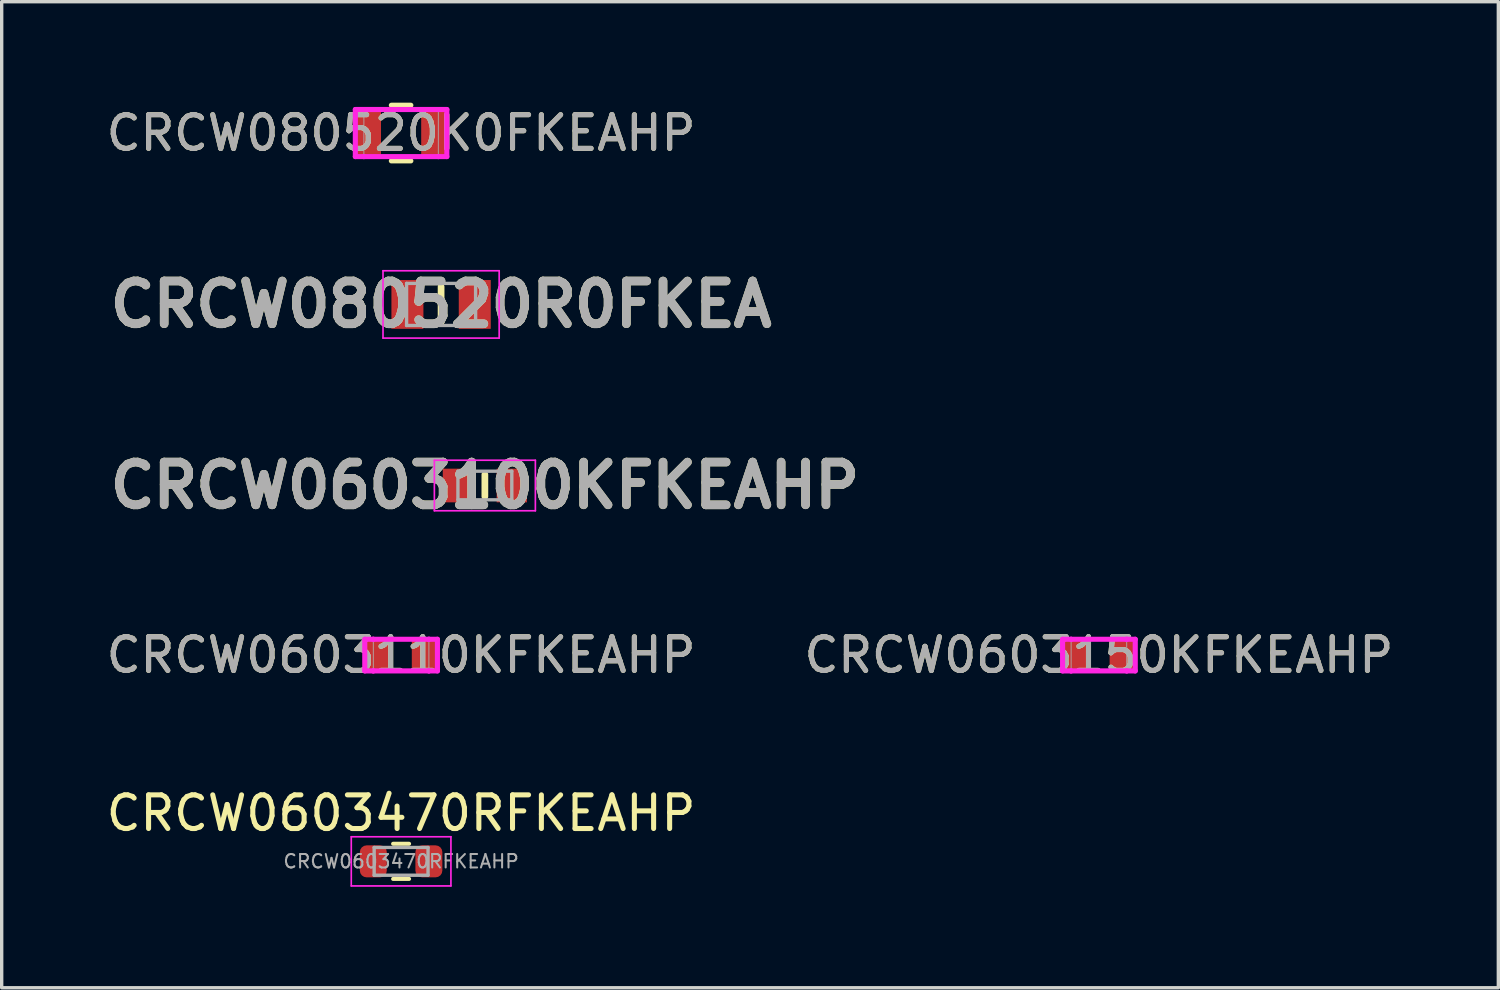
<source format=kicad_pcb>
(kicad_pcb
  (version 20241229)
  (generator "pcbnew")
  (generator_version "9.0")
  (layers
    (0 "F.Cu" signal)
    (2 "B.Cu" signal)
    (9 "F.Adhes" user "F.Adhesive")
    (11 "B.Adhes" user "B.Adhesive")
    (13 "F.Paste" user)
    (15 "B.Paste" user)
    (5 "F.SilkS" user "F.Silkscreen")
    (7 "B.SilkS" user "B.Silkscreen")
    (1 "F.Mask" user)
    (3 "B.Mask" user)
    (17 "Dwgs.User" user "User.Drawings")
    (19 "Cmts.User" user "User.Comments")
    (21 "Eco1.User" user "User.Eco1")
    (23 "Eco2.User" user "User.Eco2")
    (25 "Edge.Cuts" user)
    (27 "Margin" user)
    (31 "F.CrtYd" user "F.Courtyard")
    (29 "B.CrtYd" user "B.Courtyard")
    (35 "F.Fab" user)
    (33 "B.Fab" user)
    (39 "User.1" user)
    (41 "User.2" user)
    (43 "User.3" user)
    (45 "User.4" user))
  (footprint "CRCW0603110KFKEAHP"
    (layer "F.Cu")
    (at 8.863 16.407)
    (property "Reference" "CRCW0603110KFKEAHP" (at 0 0 0) (unlocked yes) (layer "F.SilkS") (effects (font (size 1 1) (thickness 0.15))))
    (attr smd)
    (fp_line (start -1.079 -0.47) (end -0.826 -0.47) (stroke (width 0.152) (type solid)) (layer "F.CrtYd"))
    (fp_line (start -1.079 0.47) (end -1.079 -0.47) (stroke (width 0.152) (type solid)) (layer "F.CrtYd"))
    (fp_line (start -0.826 -0.47) (end -0.826 -0.47) (stroke (width 0.152) (type solid)) (layer "F.CrtYd"))
    (fp_line (start -0.826 -0.47) (end 0.826 -0.47) (stroke (width 0.152) (type solid)) (layer "F.CrtYd"))
    (fp_line (start -0.826 0.47) (end -1.079 0.47) (stroke (width 0.152) (type solid)) (layer "F.CrtYd"))
    (fp_line (start -0.826 0.47) (end -0.826 0.47) (stroke (width 0.152) (type solid)) (layer "F.CrtYd"))
    (fp_line (start 0.826 -0.47) (end 0.826 -0.47) (stroke (width 0.152) (type solid)) (layer "F.CrtYd"))
    (fp_line (start 0.826 -0.47) (end 1.079 -0.47) (stroke (width 0.152) (type solid)) (layer "F.CrtYd"))
    (fp_line (start 0.826 0.47) (end -0.826 0.47) (stroke (width 0.152) (type solid)) (layer "F.CrtYd"))
    (fp_line (start 0.826 0.47) (end 0.826 0.47) (stroke (width 0.152) (type solid)) (layer "F.CrtYd"))
    (fp_line (start 1.079 -0.47) (end 1.079 0.47) (stroke (width 0.152) (type solid)) (layer "F.CrtYd"))
    (fp_line (start 1.079 0.47) (end 0.826 0.47) (stroke (width 0.152) (type solid)) (layer "F.CrtYd"))
    (fp_line (start -0.826 -0.47) (end -0.826 0.47) (stroke (width 0.025) (type solid)) (layer "F.Fab"))
    (fp_line (start -0.826 0.47) (end 0.826 0.47) (stroke (width 0.025) (type solid)) (layer "F.Fab"))
    (fp_line (start 0.826 -0.47) (end -0.826 -0.47) (stroke (width 0.025) (type solid)) (layer "F.Fab"))
    (fp_line (start 0.826 0.47) (end 0.826 -0.47) (stroke (width 0.025) (type solid)) (layer "F.Fab"))
    (fp_text user "${REFERENCE}" (at 0 0 0) (unlocked yes) (layer "F.Fab") (effects (font (size 1 1) (thickness 0.15))))
    (pad "1" smd rect (at -0.699 0 90) (size 0.94 0.762) (layers "F.Cu" "F.Mask" "F.Paste"))
    (pad "2" smd rect (at 0.699 0 90) (size 0.94 0.762) (layers "F.Cu" "F.Mask" "F.Paste"))
    (zone (net_name "") (layer "F.Cu") (hatch full 0.508) (connect_pads) (min_thickness 0.254) (filled_areas_thickness no) (keepout (tracks not_allowed) (vias not_allowed) (pads allowed) (copperpour not_allowed) (footprints allowed)) (placement (enabled no)) (fill) (polygon (pts (xy 8.088 15.987) (xy 9.638 15.987) (xy 9.638 15.886) (xy 8.088 15.886))))
    (zone (net_name "") (layer "F.Cu") (hatch full 0.508) (connect_pads) (min_thickness 0.254) (filled_areas_thickness no) (keepout (tracks not_allowed) (vias not_allowed) (pads allowed) (copperpour not_allowed) (footprints allowed)) (placement (enabled no)) (fill) (polygon (pts (xy 8.088 16.927) (xy 9.638 16.927) (xy 9.638 16.826) (xy 8.088 16.826))))
    (zone (net_name "") (layer "F.Cu") (hatch full 0.508) (connect_pads) (min_thickness 0.254) (filled_areas_thickness no) (keepout (tracks not_allowed) (vias not_allowed) (pads allowed) (copperpour not_allowed) (footprints allowed)) (placement (enabled no)) (fill) (polygon (pts (xy 8.596 15.886) (xy 9.13 15.886) (xy 9.13 16.927) (xy 8.596 16.927)))))
  (footprint "CRCW080520K0FKEAHP"
    (layer "F.Cu")
    (at 8.863 0.902)
    (property "Reference" "CRCW080520K0FKEAHP" (at 0 0 0) (unlocked yes) (layer "F.SilkS") (effects (font (size 1 1) (thickness 0.15))))
    (attr smd)
    (fp_line (start -0.289 0.826) (end 0.289 0.826) (stroke (width 0.152) (type solid)) (layer "F.SilkS"))
    (fp_line (start 0.289 -0.826) (end -0.289 -0.826) (stroke (width 0.152) (type solid)) (layer "F.SilkS"))
    (fp_line (start -1.359 -0.699) (end -1.105 -0.699) (stroke (width 0.152) (type solid)) (layer "F.CrtYd"))
    (fp_line (start -1.359 0.699) (end -1.359 -0.699) (stroke (width 0.152) (type solid)) (layer "F.CrtYd"))
    (fp_line (start -1.105 -0.699) (end -1.105 -0.699) (stroke (width 0.152) (type solid)) (layer "F.CrtYd"))
    (fp_line (start -1.105 -0.699) (end 1.105 -0.699) (stroke (width 0.152) (type solid)) (layer "F.CrtYd"))
    (fp_line (start -1.105 0.699) (end -1.359 0.699) (stroke (width 0.152) (type solid)) (layer "F.CrtYd"))
    (fp_line (start -1.105 0.699) (end -1.105 0.699) (stroke (width 0.152) (type solid)) (layer "F.CrtYd"))
    (fp_line (start 1.105 -0.699) (end 1.105 -0.699) (stroke (width 0.152) (type solid)) (layer "F.CrtYd"))
    (fp_line (start 1.105 -0.699) (end 1.359 -0.699) (stroke (width 0.152) (type solid)) (layer "F.CrtYd"))
    (fp_line (start 1.105 0.699) (end -1.105 0.699) (stroke (width 0.152) (type solid)) (layer "F.CrtYd"))
    (fp_line (start 1.105 0.699) (end 1.105 0.699) (stroke (width 0.152) (type solid)) (layer "F.CrtYd"))
    (fp_line (start 1.359 -0.699) (end 1.359 0.699) (stroke (width 0.152) (type solid)) (layer "F.CrtYd"))
    (fp_line (start 1.359 0.699) (end 1.105 0.699) (stroke (width 0.152) (type solid)) (layer "F.CrtYd"))
    (fp_line (start -1.105 -0.699) (end -1.105 0.699) (stroke (width 0.025) (type solid)) (layer "F.Fab"))
    (fp_line (start -1.105 0.699) (end 1.105 0.699) (stroke (width 0.025) (type solid)) (layer "F.Fab"))
    (fp_line (start 1.105 -0.699) (end -1.105 -0.699) (stroke (width 0.025) (type solid)) (layer "F.Fab"))
    (fp_line (start 1.105 0.699) (end 1.105 -0.699) (stroke (width 0.025) (type solid)) (layer "F.Fab"))
    (fp_text user "${REFERENCE}" (at 0 0 0) (unlocked yes) (layer "F.Fab") (effects (font (size 1 1) (thickness 0.15))))
    (pad "1" smd rect (at -0.978 0 90) (size 1.397 0.762) (layers "F.Cu" "F.Mask" "F.Paste"))
    (pad "2" smd rect (at 0.978 0 90) (size 1.397 0.762) (layers "F.Cu" "F.Mask" "F.Paste"))
    (zone (net_name "") (layer "F.Cu") (hatch full 0.508) (connect_pads) (min_thickness 0.254) (filled_areas_thickness no) (keepout (tracks not_allowed) (vias not_allowed) (pads allowed) (copperpour not_allowed) (footprints allowed)) (placement (enabled no)) (fill) (polygon (pts (xy 7.809 0.254) (xy 9.917 0.254) (xy 9.917 0.152) (xy 7.809 0.152))))
    (zone (net_name "") (layer "F.Cu") (hatch full 0.508) (connect_pads) (min_thickness 0.254) (filled_areas_thickness no) (keepout (tracks not_allowed) (vias not_allowed) (pads allowed) (copperpour not_allowed) (footprints allowed)) (placement (enabled no)) (fill) (polygon (pts (xy 7.809 1.651) (xy 9.917 1.651) (xy 9.917 1.549) (xy 7.809 1.549))))
    (zone (net_name "") (layer "F.Cu") (hatch full 0.508) (connect_pads) (min_thickness 0.254) (filled_areas_thickness no) (keepout (tracks not_allowed) (vias not_allowed) (pads allowed) (copperpour not_allowed) (footprints allowed)) (placement (enabled no)) (fill) (polygon (pts (xy 8.317 0.152) (xy 9.409 0.152) (xy 9.409 1.651) (xy 8.317 1.651)))))
  (footprint "CRCW0603150KFKEAHP"
    (layer "F.Cu")
    (at 29.589 16.407)
    (property "Reference" "CRCW0603150KFKEAHP" (at 0 0 0) (unlocked yes) (layer "F.SilkS") (effects (font (size 1 1) (thickness 0.15))))
    (attr smd)
    (fp_line (start -1.079 -0.47) (end -0.826 -0.47) (stroke (width 0.152) (type solid)) (layer "F.CrtYd"))
    (fp_line (start -1.079 0.47) (end -1.079 -0.47) (stroke (width 0.152) (type solid)) (layer "F.CrtYd"))
    (fp_line (start -0.826 -0.47) (end -0.826 -0.47) (stroke (width 0.152) (type solid)) (layer "F.CrtYd"))
    (fp_line (start -0.826 -0.47) (end 0.826 -0.47) (stroke (width 0.152) (type solid)) (layer "F.CrtYd"))
    (fp_line (start -0.826 0.47) (end -1.079 0.47) (stroke (width 0.152) (type solid)) (layer "F.CrtYd"))
    (fp_line (start -0.826 0.47) (end -0.826 0.47) (stroke (width 0.152) (type solid)) (layer "F.CrtYd"))
    (fp_line (start 0.826 -0.47) (end 0.826 -0.47) (stroke (width 0.152) (type solid)) (layer "F.CrtYd"))
    (fp_line (start 0.826 -0.47) (end 1.079 -0.47) (stroke (width 0.152) (type solid)) (layer "F.CrtYd"))
    (fp_line (start 0.826 0.47) (end -0.826 0.47) (stroke (width 0.152) (type solid)) (layer "F.CrtYd"))
    (fp_line (start 0.826 0.47) (end 0.826 0.47) (stroke (width 0.152) (type solid)) (layer "F.CrtYd"))
    (fp_line (start 1.079 -0.47) (end 1.079 0.47) (stroke (width 0.152) (type solid)) (layer "F.CrtYd"))
    (fp_line (start 1.079 0.47) (end 0.826 0.47) (stroke (width 0.152) (type solid)) (layer "F.CrtYd"))
    (fp_line (start -0.826 -0.47) (end -0.826 0.47) (stroke (width 0.025) (type solid)) (layer "F.Fab"))
    (fp_line (start -0.826 0.47) (end 0.826 0.47) (stroke (width 0.025) (type solid)) (layer "F.Fab"))
    (fp_line (start 0.826 -0.47) (end -0.826 -0.47) (stroke (width 0.025) (type solid)) (layer "F.Fab"))
    (fp_line (start 0.826 0.47) (end 0.826 -0.47) (stroke (width 0.025) (type solid)) (layer "F.Fab"))
    (fp_text user "${REFERENCE}" (at 0 0 0) (unlocked yes) (layer "F.Fab") (effects (font (size 1 1) (thickness 0.15))))
    (pad "1" smd rect (at -0.699 0 90) (size 0.94 0.762) (layers "F.Cu" "F.Mask" "F.Paste"))
    (pad "2" smd rect (at 0.699 0 90) (size 0.94 0.762) (layers "F.Cu" "F.Mask" "F.Paste"))
    (zone (net_name "") (layer "F.Cu") (hatch full 0.508) (connect_pads) (min_thickness 0.254) (filled_areas_thickness no) (keepout (tracks not_allowed) (vias not_allowed) (pads allowed) (copperpour not_allowed) (footprints allowed)) (placement (enabled no)) (fill) (polygon (pts (xy 28.815 15.987) (xy 30.364 15.987) (xy 30.364 15.886) (xy 28.815 15.886))))
    (zone (net_name "") (layer "F.Cu") (hatch full 0.508) (connect_pads) (min_thickness 0.254) (filled_areas_thickness no) (keepout (tracks not_allowed) (vias not_allowed) (pads allowed) (copperpour not_allowed) (footprints allowed)) (placement (enabled no)) (fill) (polygon (pts (xy 28.815 16.927) (xy 30.364 16.927) (xy 30.364 16.826) (xy 28.815 16.826))))
    (zone (net_name "") (layer "F.Cu") (hatch full 0.508) (connect_pads) (min_thickness 0.254) (filled_areas_thickness no) (keepout (tracks not_allowed) (vias not_allowed) (pads allowed) (copperpour not_allowed) (footprints allowed)) (placement (enabled no)) (fill) (polygon (pts (xy 29.323 15.886) (xy 29.856 15.886) (xy 29.856 16.927) (xy 29.323 16.927)))))
  (footprint "CRCW0603470RFKEAHP"
    (layer "F.Cu")
    (at 8.863 22.533)
    (property "Reference" "CRCW0603470RFKEAHP" (at 0 -1.43 0) (layer "F.SilkS") (effects (font (size 1 1) (thickness 0.15))))
    (attr smd)
    (fp_line (start -0.237 -0.522) (end 0.237 -0.522) (stroke (width 0.12) (type solid)) (layer "F.SilkS"))
    (fp_line (start -0.237 0.522) (end 0.237 0.522) (stroke (width 0.12) (type solid)) (layer "F.SilkS"))
    (fp_line (start -1.48 -0.73) (end 1.48 -0.73) (stroke (width 0.05) (type solid)) (layer "F.CrtYd"))
    (fp_line (start -1.48 0.73) (end -1.48 -0.73) (stroke (width 0.05) (type solid)) (layer "F.CrtYd"))
    (fp_line (start 1.48 -0.73) (end 1.48 0.73) (stroke (width 0.05) (type solid)) (layer "F.CrtYd"))
    (fp_line (start 1.48 0.73) (end -1.48 0.73) (stroke (width 0.05) (type solid)) (layer "F.CrtYd"))
    (fp_line (start -0.8 -0.412) (end 0.8 -0.412) (stroke (width 0.1) (type solid)) (layer "F.Fab"))
    (fp_line (start -0.8 0.412) (end -0.8 -0.412) (stroke (width 0.1) (type solid)) (layer "F.Fab"))
    (fp_line (start 0.8 -0.412) (end 0.8 0.412) (stroke (width 0.1) (type solid)) (layer "F.Fab"))
    (fp_line (start 0.8 0.412) (end -0.8 0.412) (stroke (width 0.1) (type solid)) (layer "F.Fab"))
    (fp_text user "${REFERENCE}" (at 0 0 0) (layer "F.Fab") (effects (font (size 0.4 0.4) (thickness 0.06))))
    (pad "1" smd roundrect (at -0.825 0) (size 0.8 0.95) (layers "F.Cu" "F.Mask" "F.Paste") (roundrect_rratio 0.25))
    (pad "2" smd roundrect (at 0.825 0) (size 0.8 0.95) (layers "F.Cu" "F.Mask" "F.Paste") (roundrect_rratio 0.25)))
  (footprint "CRCW0603100KFKEAHP"
    (layer "F.Cu")
    (at 11.351 11.37)
    (property "Reference" "CRCW0603100KFKEAHP" (at 0 0 0) (layer "F.SilkS") (effects (font (size 1.27 1.27) (thickness 0.254))))
    (attr smd)
    (fp_line (start 0 -0.325) (end 0 0.325) (stroke (width 0.2) (type solid)) (layer "F.SilkS"))
    (fp_line (start -1.5 -0.75) (end 1.5 -0.75) (stroke (width 0.05) (type solid)) (layer "F.CrtYd"))
    (fp_line (start -1.5 0.75) (end -1.5 -0.75) (stroke (width 0.05) (type solid)) (layer "F.CrtYd"))
    (fp_line (start 1.5 -0.75) (end 1.5 0.75) (stroke (width 0.05) (type solid)) (layer "F.CrtYd"))
    (fp_line (start 1.5 0.75) (end -1.5 0.75) (stroke (width 0.05) (type solid)) (layer "F.CrtYd"))
    (fp_line (start -0.8 -0.425) (end 0.8 -0.425) (stroke (width 0.1) (type solid)) (layer "F.Fab"))
    (fp_line (start -0.8 0.425) (end -0.8 -0.425) (stroke (width 0.1) (type solid)) (layer "F.Fab"))
    (fp_line (start 0.8 -0.425) (end 0.8 0.425) (stroke (width 0.1) (type solid)) (layer "F.Fab"))
    (fp_line (start 0.8 0.425) (end -0.8 0.425) (stroke (width 0.1) (type solid)) (layer "F.Fab"))
    (fp_text user "${REFERENCE}" (at 0 0 0) (layer "F.Fab") (effects (font (size 1.27 1.27) (thickness 0.254))))
    (pad "1" smd rect (at -0.8 0) (size 0.9 1) (layers "F.Cu" "F.Mask" "F.Paste"))
    (pad "2" smd rect (at 0.8 0) (size 0.9 1) (layers "F.Cu" "F.Mask" "F.Paste")))
  (footprint "CRCW080520R0FKEA"
    (layer "F.Cu")
    (at 10.051 5.992)
    (property "Reference" "CRCW080520R0FKEA" (at 0 0 0) (layer "F.SilkS") (effects (font (size 1.27 1.27) (thickness 0.254))))
    (attr smd)
    (fp_line (start 0 -0.525) (end 0 0.525) (stroke (width 0.2) (type solid)) (layer "F.SilkS"))
    (fp_line (start -1.725 -1) (end 1.725 -1) (stroke (width 0.05) (type solid)) (layer "F.CrtYd"))
    (fp_line (start -1.725 1) (end -1.725 -1) (stroke (width 0.05) (type solid)) (layer "F.CrtYd"))
    (fp_line (start 1.725 -1) (end 1.725 1) (stroke (width 0.05) (type solid)) (layer "F.CrtYd"))
    (fp_line (start 1.725 1) (end -1.725 1) (stroke (width 0.05) (type solid)) (layer "F.CrtYd"))
    (fp_line (start -1.025 -0.625) (end 1.025 -0.625) (stroke (width 0.1) (type solid)) (layer "F.Fab"))
    (fp_line (start -1.025 0.625) (end -1.025 -0.625) (stroke (width 0.1) (type solid)) (layer "F.Fab"))
    (fp_line (start 1.025 -0.625) (end 1.025 0.625) (stroke (width 0.1) (type solid)) (layer "F.Fab"))
    (fp_line (start 1.025 0.625) (end -1.025 0.625) (stroke (width 0.1) (type solid)) (layer "F.Fab"))
    (fp_text user "${REFERENCE}" (at 0 0 0) (layer "F.Fab") (effects (font (size 1.27 1.27) (thickness 0.254))))
    (pad "1" smd rect (at -1 0) (size 0.95 1.45) (layers "F.Cu" "F.Mask" "F.Paste"))
    (pad "2" smd rect (at 1 0) (size 0.95 1.45) (layers "F.Cu" "F.Mask" "F.Paste")))
  (gr_rect
    (start -3 -3)
    (end 41.452 26.288)
    (stroke (width 0.1) (type default))
    (fill no)
    (layer "Edge.Cuts")))
</source>
